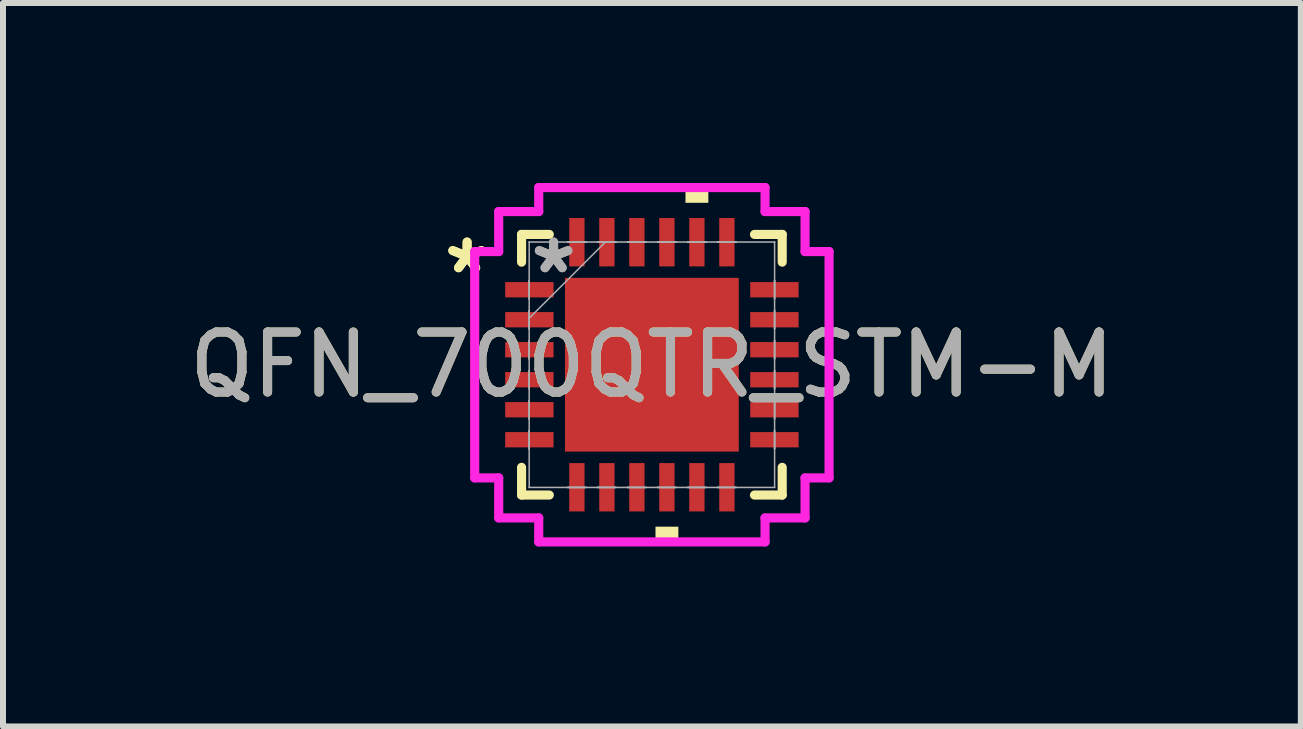
<source format=kicad_pcb>
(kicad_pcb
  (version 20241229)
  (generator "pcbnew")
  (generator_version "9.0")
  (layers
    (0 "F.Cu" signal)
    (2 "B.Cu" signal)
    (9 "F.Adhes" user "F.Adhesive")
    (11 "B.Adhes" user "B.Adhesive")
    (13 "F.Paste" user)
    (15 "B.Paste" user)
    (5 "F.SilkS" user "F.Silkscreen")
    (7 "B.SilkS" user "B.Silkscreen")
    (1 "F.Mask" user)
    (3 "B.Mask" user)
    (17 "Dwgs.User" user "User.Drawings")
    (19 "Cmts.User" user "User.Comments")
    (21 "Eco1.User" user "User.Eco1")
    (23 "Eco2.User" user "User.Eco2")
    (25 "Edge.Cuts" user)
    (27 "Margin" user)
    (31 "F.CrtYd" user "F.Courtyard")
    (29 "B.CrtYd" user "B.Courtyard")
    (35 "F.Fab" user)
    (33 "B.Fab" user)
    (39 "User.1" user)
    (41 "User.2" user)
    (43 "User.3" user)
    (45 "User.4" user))
  (footprint "QFN_700QTR_STM-M"
    (layer "F.Cu")
    (at 7.815 3.029)
    (property "Reference" "QFN_700QTR_STM-M" (at 0 0 0) (unlocked yes) (layer "F.SilkS") (effects (font (size 1 1) (thickness 0.15))))
    (attr smd)
    (fp_line (start -2.172 -2.172) (end -2.172 -1.71) (stroke (width 0.152) (type solid)) (layer "F.SilkS"))
    (fp_line (start -2.172 1.71) (end -2.172 2.172) (stroke (width 0.152) (type solid)) (layer "F.SilkS"))
    (fp_line (start -2.172 2.172) (end -1.71 2.172) (stroke (width 0.152) (type solid)) (layer "F.SilkS"))
    (fp_line (start -1.71 -2.172) (end -2.172 -2.172) (stroke (width 0.152) (type solid)) (layer "F.SilkS"))
    (fp_line (start 1.71 2.172) (end 2.172 2.172) (stroke (width 0.152) (type solid)) (layer "F.SilkS"))
    (fp_line (start 2.172 -2.172) (end 1.71 -2.172) (stroke (width 0.152) (type solid)) (layer "F.SilkS"))
    (fp_line (start 2.172 -1.71) (end 2.172 -2.172) (stroke (width 0.152) (type solid)) (layer "F.SilkS"))
    (fp_line (start 2.172 2.172) (end 2.172 1.71) (stroke (width 0.152) (type solid)) (layer "F.SilkS"))
    (fp_poly (pts (xy 0.06 2.699) (xy 0.06 2.953) (xy 0.441 2.953) (xy 0.441 2.699)) (stroke (width 0) (type solid)) (fill yes) (layer "F.SilkS"))
    (fp_poly (pts (xy 0.56 -2.699) (xy 0.56 -2.953) (xy 0.941 -2.953) (xy 0.941 -2.699)) (stroke (width 0) (type solid)) (fill yes) (layer "F.SilkS"))
    (fp_poly (pts (xy -1.348 -1.348) (xy -1.348 -0.1) (xy -0.1 -0.1) (xy -0.1 -1.348)) (stroke (width 0) (type solid)) (fill yes) (layer "F.Paste"))
    (fp_poly (pts (xy -1.348 0.1) (xy -1.348 1.348) (xy -0.1 1.348) (xy -0.1 0.1)) (stroke (width 0) (type solid)) (fill yes) (layer "F.Paste"))
    (fp_poly (pts (xy 0.1 -1.348) (xy 0.1 -0.1) (xy 1.348 -0.1) (xy 1.348 -1.348)) (stroke (width 0) (type solid)) (fill yes) (layer "F.Paste"))
    (fp_poly (pts (xy 0.1 0.1) (xy 0.1 1.348) (xy 1.348 1.348) (xy 1.348 0.1)) (stroke (width 0) (type solid)) (fill yes) (layer "F.Paste"))
    (fp_line (start -2.953 -1.886) (end -2.553 -1.886) (stroke (width 0.152) (type solid)) (layer "F.CrtYd"))
    (fp_line (start -2.953 1.886) (end -2.953 -1.886) (stroke (width 0.152) (type solid)) (layer "F.CrtYd"))
    (fp_line (start -2.553 -2.553) (end -1.886 -2.553) (stroke (width 0.152) (type solid)) (layer "F.CrtYd"))
    (fp_line (start -2.553 -1.886) (end -2.553 -2.553) (stroke (width 0.152) (type solid)) (layer "F.CrtYd"))
    (fp_line (start -2.553 1.886) (end -2.953 1.886) (stroke (width 0.152) (type solid)) (layer "F.CrtYd"))
    (fp_line (start -2.553 2.553) (end -2.553 1.886) (stroke (width 0.152) (type solid)) (layer "F.CrtYd"))
    (fp_line (start -1.886 -2.953) (end 1.886 -2.953) (stroke (width 0.152) (type solid)) (layer "F.CrtYd"))
    (fp_line (start -1.886 -2.553) (end -1.886 -2.953) (stroke (width 0.152) (type solid)) (layer "F.CrtYd"))
    (fp_line (start -1.886 2.553) (end -2.553 2.553) (stroke (width 0.152) (type solid)) (layer "F.CrtYd"))
    (fp_line (start -1.886 2.953) (end -1.886 2.553) (stroke (width 0.152) (type solid)) (layer "F.CrtYd"))
    (fp_line (start 1.886 -2.953) (end 1.886 -2.553) (stroke (width 0.152) (type solid)) (layer "F.CrtYd"))
    (fp_line (start 1.886 -2.553) (end 2.553 -2.553) (stroke (width 0.152) (type solid)) (layer "F.CrtYd"))
    (fp_line (start 1.886 2.553) (end 1.886 2.953) (stroke (width 0.152) (type solid)) (layer "F.CrtYd"))
    (fp_line (start 1.886 2.953) (end -1.886 2.953) (stroke (width 0.152) (type solid)) (layer "F.CrtYd"))
    (fp_line (start 2.553 -2.553) (end 2.553 -1.886) (stroke (width 0.152) (type solid)) (layer "F.CrtYd"))
    (fp_line (start 2.553 -1.886) (end 2.953 -1.886) (stroke (width 0.152) (type solid)) (layer "F.CrtYd"))
    (fp_line (start 2.553 1.886) (end 2.553 2.553) (stroke (width 0.152) (type solid)) (layer "F.CrtYd"))
    (fp_line (start 2.553 2.553) (end 1.886 2.553) (stroke (width 0.152) (type solid)) (layer "F.CrtYd"))
    (fp_line (start 2.953 -1.886) (end 2.953 1.886) (stroke (width 0.152) (type solid)) (layer "F.CrtYd"))
    (fp_line (start 2.953 1.886) (end 2.553 1.886) (stroke (width 0.152) (type solid)) (layer "F.CrtYd"))
    (fp_line (start -2.045 -2.045) (end -2.045 -2.045) (stroke (width 0.025) (type solid)) (layer "F.Fab"))
    (fp_line (start -2.045 -2.045) (end -2.045 2.045) (stroke (width 0.025) (type solid)) (layer "F.Fab"))
    (fp_line (start -2.045 -1.403) (end -2.045 -1.403) (stroke (width 0.025) (type solid)) (layer "F.Fab"))
    (fp_line (start -2.045 -1.403) (end -2.045 -1.098) (stroke (width 0.025) (type solid)) (layer "F.Fab"))
    (fp_line (start -2.045 -1.098) (end -2.045 -1.403) (stroke (width 0.025) (type solid)) (layer "F.Fab"))
    (fp_line (start -2.045 -1.098) (end -2.045 -1.098) (stroke (width 0.025) (type solid)) (layer "F.Fab"))
    (fp_line (start -2.045 -0.903) (end -2.045 -0.903) (stroke (width 0.025) (type solid)) (layer "F.Fab"))
    (fp_line (start -2.045 -0.903) (end -2.045 -0.598) (stroke (width 0.025) (type solid)) (layer "F.Fab"))
    (fp_line (start -2.045 -0.775) (end -0.775 -2.045) (stroke (width 0.025) (type solid)) (layer "F.Fab"))
    (fp_line (start -2.045 -0.598) (end -2.045 -0.903) (stroke (width 0.025) (type solid)) (layer "F.Fab"))
    (fp_line (start -2.045 -0.598) (end -2.045 -0.598) (stroke (width 0.025) (type solid)) (layer "F.Fab"))
    (fp_line (start -2.045 -0.402) (end -2.045 -0.402) (stroke (width 0.025) (type solid)) (layer "F.Fab"))
    (fp_line (start -2.045 -0.402) (end -2.045 -0.098) (stroke (width 0.025) (type solid)) (layer "F.Fab"))
    (fp_line (start -2.045 -0.098) (end -2.045 -0.402) (stroke (width 0.025) (type solid)) (layer "F.Fab"))
    (fp_line (start -2.045 -0.098) (end -2.045 -0.098) (stroke (width 0.025) (type solid)) (layer "F.Fab"))
    (fp_line (start -2.045 0.098) (end -2.045 0.098) (stroke (width 0.025) (type solid)) (layer "F.Fab"))
    (fp_line (start -2.045 0.098) (end -2.045 0.402) (stroke (width 0.025) (type solid)) (layer "F.Fab"))
    (fp_line (start -2.045 0.402) (end -2.045 0.098) (stroke (width 0.025) (type solid)) (layer "F.Fab"))
    (fp_line (start -2.045 0.402) (end -2.045 0.402) (stroke (width 0.025) (type solid)) (layer "F.Fab"))
    (fp_line (start -2.045 0.598) (end -2.045 0.598) (stroke (width 0.025) (type solid)) (layer "F.Fab"))
    (fp_line (start -2.045 0.598) (end -2.045 0.903) (stroke (width 0.025) (type solid)) (layer "F.Fab"))
    (fp_line (start -2.045 0.903) (end -2.045 0.598) (stroke (width 0.025) (type solid)) (layer "F.Fab"))
    (fp_line (start -2.045 0.903) (end -2.045 0.903) (stroke (width 0.025) (type solid)) (layer "F.Fab"))
    (fp_line (start -2.045 1.098) (end -2.045 1.098) (stroke (width 0.025) (type solid)) (layer "F.Fab"))
    (fp_line (start -2.045 1.098) (end -2.045 1.403) (stroke (width 0.025) (type solid)) (layer "F.Fab"))
    (fp_line (start -2.045 1.403) (end -2.045 1.098) (stroke (width 0.025) (type solid)) (layer "F.Fab"))
    (fp_line (start -2.045 1.403) (end -2.045 1.403) (stroke (width 0.025) (type solid)) (layer "F.Fab"))
    (fp_line (start -2.045 2.045) (end -2.045 2.045) (stroke (width 0.025) (type solid)) (layer "F.Fab"))
    (fp_line (start -2.045 2.045) (end 2.045 2.045) (stroke (width 0.025) (type solid)) (layer "F.Fab"))
    (fp_line (start -1.403 -2.045) (end -1.403 -2.045) (stroke (width 0.025) (type solid)) (layer "F.Fab"))
    (fp_line (start -1.403 -2.045) (end -1.098 -2.045) (stroke (width 0.025) (type solid)) (layer "F.Fab"))
    (fp_line (start -1.403 2.045) (end -1.403 2.045) (stroke (width 0.025) (type solid)) (layer "F.Fab"))
    (fp_line (start -1.403 2.045) (end -1.098 2.045) (stroke (width 0.025) (type solid)) (layer "F.Fab"))
    (fp_line (start -1.098 -2.045) (end -1.403 -2.045) (stroke (width 0.025) (type solid)) (layer "F.Fab"))
    (fp_line (start -1.098 -2.045) (end -1.098 -2.045) (stroke (width 0.025) (type solid)) (layer "F.Fab"))
    (fp_line (start -1.098 2.045) (end -1.403 2.045) (stroke (width 0.025) (type solid)) (layer "F.Fab"))
    (fp_line (start -1.098 2.045) (end -1.098 2.045) (stroke (width 0.025) (type solid)) (layer "F.Fab"))
    (fp_line (start -0.903 -2.045) (end -0.903 -2.045) (stroke (width 0.025) (type solid)) (layer "F.Fab"))
    (fp_line (start -0.903 -2.045) (end -0.598 -2.045) (stroke (width 0.025) (type solid)) (layer "F.Fab"))
    (fp_line (start -0.903 2.045) (end -0.903 2.045) (stroke (width 0.025) (type solid)) (layer "F.Fab"))
    (fp_line (start -0.903 2.045) (end -0.598 2.045) (stroke (width 0.025) (type solid)) (layer "F.Fab"))
    (fp_line (start -0.598 -2.045) (end -0.903 -2.045) (stroke (width 0.025) (type solid)) (layer "F.Fab"))
    (fp_line (start -0.598 -2.045) (end -0.598 -2.045) (stroke (width 0.025) (type solid)) (layer "F.Fab"))
    (fp_line (start -0.598 2.045) (end -0.903 2.045) (stroke (width 0.025) (type solid)) (layer "F.Fab"))
    (fp_line (start -0.598 2.045) (end -0.598 2.045) (stroke (width 0.025) (type solid)) (layer "F.Fab"))
    (fp_line (start -0.402 -2.045) (end -0.402 -2.045) (stroke (width 0.025) (type solid)) (layer "F.Fab"))
    (fp_line (start -0.402 -2.045) (end -0.098 -2.045) (stroke (width 0.025) (type solid)) (layer "F.Fab"))
    (fp_line (start -0.402 2.045) (end -0.402 2.045) (stroke (width 0.025) (type solid)) (layer "F.Fab"))
    (fp_line (start -0.402 2.045) (end -0.098 2.045) (stroke (width 0.025) (type solid)) (layer "F.Fab"))
    (fp_line (start -0.098 -2.045) (end -0.402 -2.045) (stroke (width 0.025) (type solid)) (layer "F.Fab"))
    (fp_line (start -0.098 -2.045) (end -0.098 -2.045) (stroke (width 0.025) (type solid)) (layer "F.Fab"))
    (fp_line (start -0.098 2.045) (end -0.402 2.045) (stroke (width 0.025) (type solid)) (layer "F.Fab"))
    (fp_line (start -0.098 2.045) (end -0.098 2.045) (stroke (width 0.025) (type solid)) (layer "F.Fab"))
    (fp_line (start 0.098 -2.045) (end 0.098 -2.045) (stroke (width 0.025) (type solid)) (layer "F.Fab"))
    (fp_line (start 0.098 -2.045) (end 0.402 -2.045) (stroke (width 0.025) (type solid)) (layer "F.Fab"))
    (fp_line (start 0.098 2.045) (end 0.098 2.045) (stroke (width 0.025) (type solid)) (layer "F.Fab"))
    (fp_line (start 0.098 2.045) (end 0.402 2.045) (stroke (width 0.025) (type solid)) (layer "F.Fab"))
    (fp_line (start 0.402 -2.045) (end 0.098 -2.045) (stroke (width 0.025) (type solid)) (layer "F.Fab"))
    (fp_line (start 0.402 -2.045) (end 0.402 -2.045) (stroke (width 0.025) (type solid)) (layer "F.Fab"))
    (fp_line (start 0.402 2.045) (end 0.098 2.045) (stroke (width 0.025) (type solid)) (layer "F.Fab"))
    (fp_line (start 0.402 2.045) (end 0.402 2.045) (stroke (width 0.025) (type solid)) (layer "F.Fab"))
    (fp_line (start 0.598 -2.045) (end 0.598 -2.045) (stroke (width 0.025) (type solid)) (layer "F.Fab"))
    (fp_line (start 0.598 -2.045) (end 0.903 -2.045) (stroke (width 0.025) (type solid)) (layer "F.Fab"))
    (fp_line (start 0.598 2.045) (end 0.598 2.045) (stroke (width 0.025) (type solid)) (layer "F.Fab"))
    (fp_line (start 0.598 2.045) (end 0.903 2.045) (stroke (width 0.025) (type solid)) (layer "F.Fab"))
    (fp_line (start 0.903 -2.045) (end 0.598 -2.045) (stroke (width 0.025) (type solid)) (layer "F.Fab"))
    (fp_line (start 0.903 -2.045) (end 0.903 -2.045) (stroke (width 0.025) (type solid)) (layer "F.Fab"))
    (fp_line (start 0.903 2.045) (end 0.598 2.045) (stroke (width 0.025) (type solid)) (layer "F.Fab"))
    (fp_line (start 0.903 2.045) (end 0.903 2.045) (stroke (width 0.025) (type solid)) (layer "F.Fab"))
    (fp_line (start 1.098 -2.045) (end 1.098 -2.045) (stroke (width 0.025) (type solid)) (layer "F.Fab"))
    (fp_line (start 1.098 -2.045) (end 1.403 -2.045) (stroke (width 0.025) (type solid)) (layer "F.Fab"))
    (fp_line (start 1.098 2.045) (end 1.098 2.045) (stroke (width 0.025) (type solid)) (layer "F.Fab"))
    (fp_line (start 1.098 2.045) (end 1.403 2.045) (stroke (width 0.025) (type solid)) (layer "F.Fab"))
    (fp_line (start 1.403 -2.045) (end 1.098 -2.045) (stroke (width 0.025) (type solid)) (layer "F.Fab"))
    (fp_line (start 1.403 -2.045) (end 1.403 -2.045) (stroke (width 0.025) (type solid)) (layer "F.Fab"))
    (fp_line (start 1.403 2.045) (end 1.098 2.045) (stroke (width 0.025) (type solid)) (layer "F.Fab"))
    (fp_line (start 1.403 2.045) (end 1.403 2.045) (stroke (width 0.025) (type solid)) (layer "F.Fab"))
    (fp_line (start 2.045 -2.045) (end -2.045 -2.045) (stroke (width 0.025) (type solid)) (layer "F.Fab"))
    (fp_line (start 2.045 -2.045) (end 2.045 -2.045) (stroke (width 0.025) (type solid)) (layer "F.Fab"))
    (fp_line (start 2.045 -1.403) (end 2.045 -1.403) (stroke (width 0.025) (type solid)) (layer "F.Fab"))
    (fp_line (start 2.045 -1.403) (end 2.045 -1.098) (stroke (width 0.025) (type solid)) (layer "F.Fab"))
    (fp_line (start 2.045 -1.098) (end 2.045 -1.403) (stroke (width 0.025) (type solid)) (layer "F.Fab"))
    (fp_line (start 2.045 -1.098) (end 2.045 -1.098) (stroke (width 0.025) (type solid)) (layer "F.Fab"))
    (fp_line (start 2.045 -0.903) (end 2.045 -0.903) (stroke (width 0.025) (type solid)) (layer "F.Fab"))
    (fp_line (start 2.045 -0.903) (end 2.045 -0.598) (stroke (width 0.025) (type solid)) (layer "F.Fab"))
    (fp_line (start 2.045 -0.598) (end 2.045 -0.903) (stroke (width 0.025) (type solid)) (layer "F.Fab"))
    (fp_line (start 2.045 -0.598) (end 2.045 -0.598) (stroke (width 0.025) (type solid)) (layer "F.Fab"))
    (fp_line (start 2.045 -0.402) (end 2.045 -0.402) (stroke (width 0.025) (type solid)) (layer "F.Fab"))
    (fp_line (start 2.045 -0.402) (end 2.045 -0.098) (stroke (width 0.025) (type solid)) (layer "F.Fab"))
    (fp_line (start 2.045 -0.098) (end 2.045 -0.402) (stroke (width 0.025) (type solid)) (layer "F.Fab"))
    (fp_line (start 2.045 -0.098) (end 2.045 -0.098) (stroke (width 0.025) (type solid)) (layer "F.Fab"))
    (fp_line (start 2.045 0.098) (end 2.045 0.098) (stroke (width 0.025) (type solid)) (layer "F.Fab"))
    (fp_line (start 2.045 0.098) (end 2.045 0.402) (stroke (width 0.025) (type solid)) (layer "F.Fab"))
    (fp_line (start 2.045 0.402) (end 2.045 0.098) (stroke (width 0.025) (type solid)) (layer "F.Fab"))
    (fp_line (start 2.045 0.402) (end 2.045 0.402) (stroke (width 0.025) (type solid)) (layer "F.Fab"))
    (fp_line (start 2.045 0.598) (end 2.045 0.598) (stroke (width 0.025) (type solid)) (layer "F.Fab"))
    (fp_line (start 2.045 0.598) (end 2.045 0.903) (stroke (width 0.025) (type solid)) (layer "F.Fab"))
    (fp_line (start 2.045 0.903) (end 2.045 0.598) (stroke (width 0.025) (type solid)) (layer "F.Fab"))
    (fp_line (start 2.045 0.903) (end 2.045 0.903) (stroke (width 0.025) (type solid)) (layer "F.Fab"))
    (fp_line (start 2.045 1.098) (end 2.045 1.098) (stroke (width 0.025) (type solid)) (layer "F.Fab"))
    (fp_line (start 2.045 1.098) (end 2.045 1.403) (stroke (width 0.025) (type solid)) (layer "F.Fab"))
    (fp_line (start 2.045 1.403) (end 2.045 1.098) (stroke (width 0.025) (type solid)) (layer "F.Fab"))
    (fp_line (start 2.045 1.403) (end 2.045 1.403) (stroke (width 0.025) (type solid)) (layer "F.Fab"))
    (fp_line (start 2.045 2.045) (end 2.045 -2.045) (stroke (width 0.025) (type solid)) (layer "F.Fab"))
    (fp_line (start 2.045 2.045) (end 2.045 2.045) (stroke (width 0.025) (type solid)) (layer "F.Fab"))
    (fp_text user "*" (at -3.08 -1.5 0) (layer "F.SilkS") (effects (font (size 1 1) (thickness 0.15))))
    (fp_text user "*" (at -3.08 -1.5 0) (unlocked yes) (layer "F.SilkS") (effects (font (size 1 1) (thickness 0.15))))
    (fp_text user "*" (at -1.638 -1.5 0) (layer "F.Fab") (effects (font (size 1 1) (thickness 0.15))))
    (fp_text user "${REFERENCE}" (at 0 0 0) (unlocked yes) (layer "F.Fab") (effects (font (size 1 1) (thickness 0.15))))
    (fp_text user "*" (at -1.638 -1.5 0) (unlocked yes) (layer "F.Fab") (effects (font (size 1 1) (thickness 0.15))))
    (pad "1" smd rect (at -2.042 -1.25 90) (size 0.255 0.806) (layers "F.Cu" "F.Mask" "F.Paste"))
    (pad "2" smd rect (at -2.042 -0.75 90) (size 0.255 0.806) (layers "F.Cu" "F.Mask" "F.Paste"))
    (pad "3" smd rect (at -2.042 -0.25 90) (size 0.255 0.806) (layers "F.Cu" "F.Mask" "F.Paste"))
    (pad "4" smd rect (at -2.042 0.25 90) (size 0.255 0.806) (layers "F.Cu" "F.Mask" "F.Paste"))
    (pad "5" smd rect (at -2.042 0.75 90) (size 0.255 0.806) (layers "F.Cu" "F.Mask" "F.Paste"))
    (pad "6" smd rect (at -2.042 1.25 90) (size 0.255 0.806) (layers "F.Cu" "F.Mask" "F.Paste"))
    (pad "7" smd rect (at -1.25 2.042) (size 0.255 0.806) (layers "F.Cu" "F.Mask" "F.Paste"))
    (pad "8" smd rect (at -0.75 2.042) (size 0.255 0.806) (layers "F.Cu" "F.Mask" "F.Paste"))
    (pad "9" smd rect (at -0.25 2.042) (size 0.255 0.806) (layers "F.Cu" "F.Mask" "F.Paste"))
    (pad "10" smd rect (at 0.25 2.042) (size 0.255 0.806) (layers "F.Cu" "F.Mask" "F.Paste"))
    (pad "11" smd rect (at 0.75 2.042) (size 0.255 0.806) (layers "F.Cu" "F.Mask" "F.Paste"))
    (pad "12" smd rect (at 1.25 2.042) (size 0.255 0.806) (layers "F.Cu" "F.Mask" "F.Paste"))
    (pad "13" smd rect (at 2.042 1.25 90) (size 0.255 0.806) (layers "F.Cu" "F.Mask" "F.Paste"))
    (pad "14" smd rect (at 2.042 0.75 90) (size 0.255 0.806) (layers "F.Cu" "F.Mask" "F.Paste"))
    (pad "15" smd rect (at 2.042 0.25 90) (size 0.255 0.806) (layers "F.Cu" "F.Mask" "F.Paste"))
    (pad "16" smd rect (at 2.042 -0.25 90) (size 0.255 0.806) (layers "F.Cu" "F.Mask" "F.Paste"))
    (pad "17" smd rect (at 2.042 -0.75 90) (size 0.255 0.806) (layers "F.Cu" "F.Mask" "F.Paste"))
    (pad "18" smd rect (at 2.042 -1.25 90) (size 0.255 0.806) (layers "F.Cu" "F.Mask" "F.Paste"))
    (pad "19" smd rect (at 1.25 -2.042) (size 0.255 0.806) (layers "F.Cu" "F.Mask" "F.Paste"))
    (pad "20" smd rect (at 0.75 -2.042) (size 0.255 0.806) (layers "F.Cu" "F.Mask" "F.Paste"))
    (pad "21" smd rect (at 0.25 -2.042) (size 0.255 0.806) (layers "F.Cu" "F.Mask" "F.Paste"))
    (pad "22" smd rect (at -0.25 -2.042) (size 0.255 0.806) (layers "F.Cu" "F.Mask" "F.Paste"))
    (pad "23" smd rect (at -0.75 -2.042) (size 0.255 0.806) (layers "F.Cu" "F.Mask" "F.Paste"))
    (pad "24" smd rect (at -1.25 -2.042) (size 0.255 0.806) (layers "F.Cu" "F.Mask" "F.Paste"))
    (pad "25" smd rect (at 0 0) (size 2.896 2.896) (layers "F.Cu" "F.Mask" "F.Paste")))
  (gr_rect
    (start -3 -3)
    (end 18.631 9.058)
    (stroke (width 0.1) (type default))
    (fill no)
    (layer "Edge.Cuts")))
</source>
